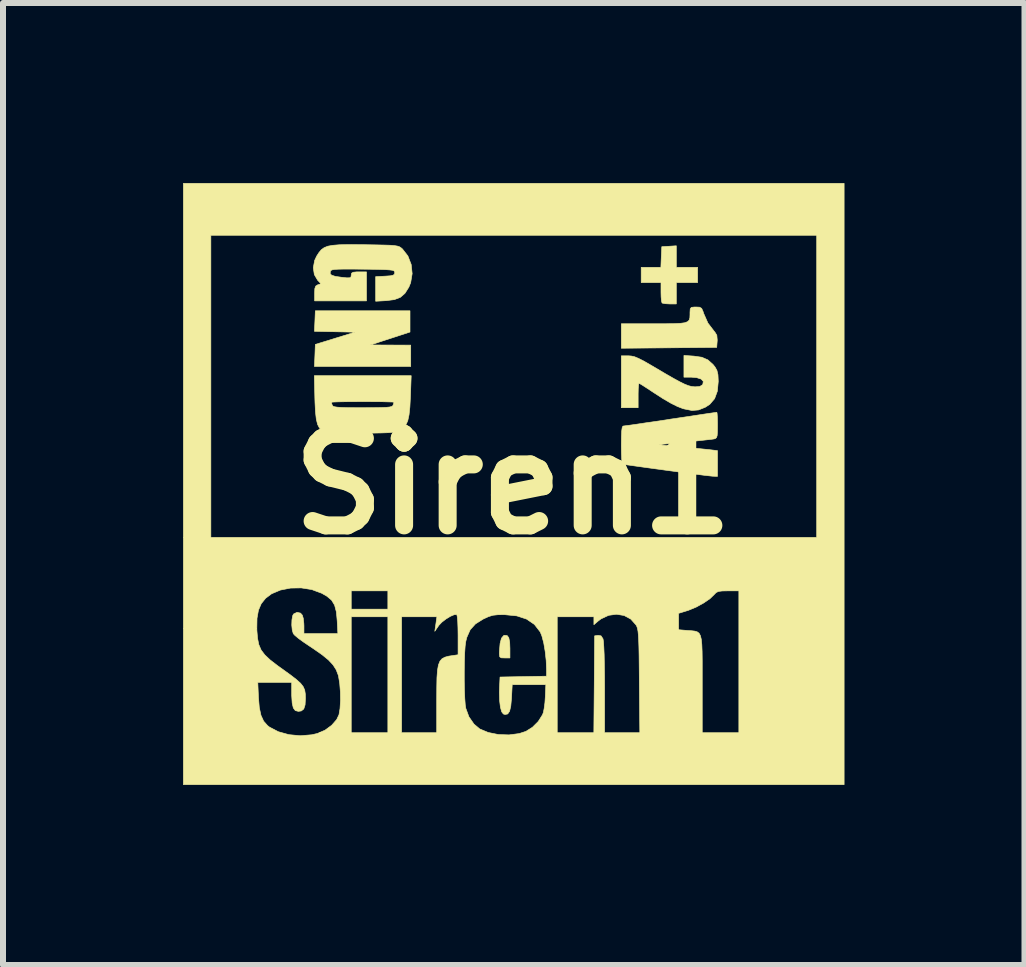
<source format=kicad_pcb>
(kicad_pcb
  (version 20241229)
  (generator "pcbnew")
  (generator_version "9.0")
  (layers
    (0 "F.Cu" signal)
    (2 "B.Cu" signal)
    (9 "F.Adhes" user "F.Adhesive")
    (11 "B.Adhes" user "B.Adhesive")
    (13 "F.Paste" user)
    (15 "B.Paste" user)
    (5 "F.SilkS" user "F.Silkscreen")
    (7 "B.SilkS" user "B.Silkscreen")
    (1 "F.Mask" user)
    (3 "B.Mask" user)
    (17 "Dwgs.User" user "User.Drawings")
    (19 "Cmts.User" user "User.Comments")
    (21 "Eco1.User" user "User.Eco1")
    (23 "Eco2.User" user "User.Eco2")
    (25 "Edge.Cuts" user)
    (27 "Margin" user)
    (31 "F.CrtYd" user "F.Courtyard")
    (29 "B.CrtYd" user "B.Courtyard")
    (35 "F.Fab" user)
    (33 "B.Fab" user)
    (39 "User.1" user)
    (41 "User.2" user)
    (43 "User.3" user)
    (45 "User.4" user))
  (footprint "Siren1"
    (layer "F.Cu")
    (at 5.497 5.014)
    (property "Reference" "Siren1" (at 0 0 0) (layer "F.SilkS") (effects (font (size 1.524 1.524) (thickness 0.3))))
    (attr through_hole)
    (fp_poly (pts (xy -0.098 2.525) (xy -0.07 2.561) (xy -0.055 2.635) (xy -0.051 2.74) (xy -0.051 2.898) (xy -0.14 2.898) (xy -0.196 2.896) (xy -0.221 2.879) (xy -0.227 2.832) (xy -0.226 2.79) (xy -0.215 2.656) (xy -0.192 2.569) (xy -0.156 2.526) (xy -0.143 2.521) (xy -0.098 2.525)) (stroke (width 0.01) (type solid)) (fill yes) (layer "F.SilkS"))
    (fp_poly (pts (xy -1.716 -2.532) (xy -2.047 -2.424) (xy -2.377 -2.317) (xy -2.04 -2.315) (xy -1.704 -2.314) (xy -1.704 -1.958) (xy -3.308 -1.958) (xy -3.3 -2.142) (xy -3.293 -2.326) (xy -3.153 -2.369) (xy -3.055 -2.399) (xy -2.936 -2.436) (xy -2.822 -2.471) (xy -2.632 -2.53) (xy -2.97 -2.537) (xy -3.308 -2.544) (xy -3.3 -2.715) (xy -3.293 -2.886) (xy -1.716 -2.886) (xy -1.716 -2.532)) (stroke (width 0.01) (type solid)) (fill yes) (layer "F.SilkS"))
    (fp_poly (pts (xy 2.721 -3.61) (xy 3.076 -3.61) (xy 3.076 -3.356) (xy 2.721 -3.356) (xy 2.721 -3) (xy 2.61 -3) (xy 2.539 -3.004) (xy 2.491 -3.013) (xy 2.483 -3.017) (xy 2.474 -3.05) (xy 2.468 -3.118) (xy 2.466 -3.195) (xy 2.466 -3.356) (xy 2.136 -3.356) (xy 2.136 -3.61) (xy 2.464 -3.61) (xy 2.471 -3.782) (xy 2.479 -3.954) (xy 2.6 -3.961) (xy 2.721 -3.969) (xy 2.721 -3.61)) (stroke (width 0.01) (type solid)) (fill yes) (layer "F.SilkS"))
    (fp_poly (pts (xy 3.109 -2.946) (xy 3.143 -2.926) (xy 3.166 -2.876) (xy 3.177 -2.841) (xy 3.248 -2.681) (xy 3.354 -2.542) (xy 3.362 -2.534) (xy 3.396 -2.479) (xy 3.403 -2.398) (xy 3.402 -2.381) (xy 3.394 -2.276) (xy 2.6 -2.269) (xy 1.805 -2.262) (xy 1.805 -2.67) (xy 2.351 -2.67) (xy 2.54 -2.67) (xy 2.685 -2.672) (xy 2.79 -2.677) (xy 2.863 -2.687) (xy 2.91 -2.705) (xy 2.936 -2.732) (xy 2.947 -2.771) (xy 2.949 -2.822) (xy 2.949 -2.859) (xy 2.953 -2.918) (xy 2.972 -2.943) (xy 3.023 -2.949) (xy 3.047 -2.949) (xy 3.109 -2.946)) (stroke (width 0.01) (type solid)) (fill yes) (layer "F.SilkS"))
    (fp_poly (pts (xy 3.013 -2.131) (xy 3.146 -2.112) (xy 3.247 -2.068) (xy 3.332 -1.992) (xy 3.367 -1.948) (xy 3.398 -1.892) (xy 3.415 -1.82) (xy 3.42 -1.714) (xy 3.42 -1.708) (xy 3.405 -1.547) (xy 3.359 -1.422) (xy 3.278 -1.327) (xy 3.204 -1.279) (xy 3.092 -1.234) (xy 2.981 -1.225) (xy 2.851 -1.251) (xy 2.829 -1.257) (xy 2.737 -1.293) (xy 2.629 -1.347) (xy 2.497 -1.424) (xy 2.335 -1.529) (xy 2.296 -1.555) (xy 2.212 -1.61) (xy 2.145 -1.653) (xy 2.105 -1.676) (xy 2.099 -1.678) (xy 2.092 -1.655) (xy 2.087 -1.592) (xy 2.085 -1.503) (xy 2.085 -1.475) (xy 2.085 -1.271) (xy 1.805 -1.271) (xy 1.805 -2.136) (xy 1.921 -2.136) (xy 1.973 -2.132) (xy 2.026 -2.12) (xy 2.091 -2.093) (xy 2.176 -2.05) (xy 2.289 -1.985) (xy 2.373 -1.936) (xy 2.542 -1.836) (xy 2.676 -1.759) (xy 2.779 -1.703) (xy 2.858 -1.664) (xy 2.921 -1.639) (xy 2.974 -1.625) (xy 3.023 -1.62) (xy 3.031 -1.619) (xy 3.11 -1.624) (xy 3.156 -1.652) (xy 3.162 -1.66) (xy 3.171 -1.709) (xy 3.135 -1.748) (xy 3.061 -1.772) (xy 2.97 -1.78) (xy 2.848 -1.78) (xy 2.848 -2.142) (xy 3.013 -2.131)) (stroke (width 0.01) (type solid)) (fill yes) (layer "F.SilkS"))
    (fp_poly (pts (xy -1.709 -1.455) (xy -1.718 -1.282) (xy -1.732 -1.152) (xy -1.753 -1.055) (xy -1.784 -0.985) (xy -1.828 -0.932) (xy -1.874 -0.896) (xy -1.903 -0.881) (xy -1.942 -0.87) (xy -1.998 -0.861) (xy -2.078 -0.855) (xy -2.189 -0.851) (xy -2.338 -0.848) (xy -2.49 -0.847) (xy -2.658 -0.846) (xy -2.812 -0.848) (xy -2.945 -0.852) (xy -3.047 -0.857) (xy -3.111 -0.864) (xy -3.121 -0.867) (xy -3.179 -0.891) (xy -3.224 -0.931) (xy -3.255 -0.991) (xy -3.277 -1.079) (xy -3.291 -1.203) (xy -3.299 -1.362) (xy -3.026 -1.362) (xy -3.018 -1.332) (xy -3.01 -1.311) (xy -2.999 -1.297) (xy -2.973 -1.287) (xy -2.926 -1.28) (xy -2.851 -1.275) (xy -2.742 -1.272) (xy -2.591 -1.271) (xy -2.504 -1.271) (xy -2.332 -1.272) (xy -2.204 -1.274) (xy -2.114 -1.277) (xy -2.055 -1.283) (xy -2.02 -1.292) (xy -2.003 -1.304) (xy -1.999 -1.311) (xy -1.985 -1.352) (xy -1.983 -1.362) (xy -2.007 -1.366) (xy -2.075 -1.368) (xy -2.178 -1.371) (xy -2.31 -1.372) (xy -2.462 -1.373) (xy -2.504 -1.373) (xy -2.661 -1.372) (xy -2.799 -1.371) (xy -2.91 -1.369) (xy -2.988 -1.366) (xy -3.024 -1.363) (xy -3.026 -1.362) (xy -3.299 -1.362) (xy -3.299 -1.367) (xy -3.301 -1.43) (xy -3.31 -1.805) (xy -1.696 -1.805) (xy -1.709 -1.455)) (stroke (width 0.01) (type solid)) (fill yes) (layer "F.SilkS"))
    (fp_poly (pts (xy 3.401 -1.172) (xy 3.405 -1.109) (xy 3.407 -1.019) (xy 3.407 -0.979) (xy 3.406 -0.874) (xy 3.402 -0.809) (xy 3.391 -0.774) (xy 3.371 -0.757) (xy 3.35 -0.751) (xy 3.309 -0.745) (xy 3.229 -0.736) (xy 3.119 -0.724) (xy 2.99 -0.71) (xy 2.852 -0.696) (xy 2.717 -0.683) (xy 2.594 -0.672) (xy 2.495 -0.663) (xy 2.43 -0.658) (xy 2.435 -0.655) (xy 2.484 -0.648) (xy 2.569 -0.639) (xy 2.683 -0.628) (xy 2.759 -0.621) (xy 2.905 -0.608) (xy 3.046 -0.595) (xy 3.166 -0.583) (xy 3.254 -0.574) (xy 3.274 -0.572) (xy 3.407 -0.556) (xy 3.407 -0.127) (xy 3.324 -0.13) (xy 3.278 -0.135) (xy 3.188 -0.145) (xy 3.064 -0.161) (xy 2.911 -0.18) (xy 2.737 -0.204) (xy 2.551 -0.229) (xy 2.543 -0.23) (xy 2.36 -0.255) (xy 2.193 -0.278) (xy 2.05 -0.298) (xy 1.936 -0.314) (xy 1.859 -0.324) (xy 1.825 -0.329) (xy 1.824 -0.329) (xy 1.817 -0.353) (xy 1.811 -0.419) (xy 1.807 -0.516) (xy 1.805 -0.635) (xy 1.805 -0.648) (xy 1.807 -0.788) (xy 1.811 -0.883) (xy 1.819 -0.939) (xy 1.831 -0.964) (xy 1.838 -0.966) (xy 1.87 -0.97) (xy 1.947 -0.98) (xy 2.06 -0.996) (xy 2.205 -1.018) (xy 2.374 -1.042) (xy 2.56 -1.07) (xy 2.627 -1.081) (xy 2.817 -1.109) (xy 2.99 -1.135) (xy 3.141 -1.158) (xy 3.262 -1.176) (xy 3.347 -1.188) (xy 3.391 -1.194) (xy 3.396 -1.195) (xy 3.401 -1.172)) (stroke (width 0.01) (type solid)) (fill yes) (layer "F.SilkS"))
    (fp_poly (pts (xy -2.559 -3.988) (xy -2.468 -3.987) (xy -2.286 -3.984) (xy -2.148 -3.981) (xy -2.046 -3.978) (xy -1.975 -3.972) (xy -1.926 -3.964) (xy -1.892 -3.953) (xy -1.867 -3.937) (xy -1.843 -3.917) (xy -1.842 -3.916) (xy -1.751 -3.799) (xy -1.696 -3.657) (xy -1.68 -3.505) (xy -1.705 -3.354) (xy -1.735 -3.28) (xy -1.8 -3.177) (xy -1.877 -3.11) (xy -1.977 -3.072) (xy -2.111 -3.055) (xy -2.288 -3.045) (xy -2.288 -3.455) (xy -2.129 -3.463) (xy -2.042 -3.469) (xy -1.994 -3.48) (xy -1.974 -3.499) (xy -1.97 -3.521) (xy -1.973 -3.538) (xy -1.983 -3.551) (xy -2.008 -3.561) (xy -2.055 -3.567) (xy -2.129 -3.572) (xy -2.238 -3.575) (xy -2.387 -3.578) (xy -2.499 -3.579) (xy -2.677 -3.581) (xy -2.812 -3.581) (xy -2.908 -3.579) (xy -2.973 -3.575) (xy -3.013 -3.568) (xy -3.034 -3.557) (xy -3.042 -3.546) (xy -3.047 -3.506) (xy -3.022 -3.479) (xy -2.959 -3.459) (xy -2.854 -3.444) (xy -2.768 -3.435) (xy -2.72 -3.436) (xy -2.7 -3.448) (xy -2.695 -3.476) (xy -2.695 -3.48) (xy -2.689 -3.512) (xy -2.663 -3.528) (xy -2.605 -3.534) (xy -2.568 -3.534) (xy -2.441 -3.534) (xy -2.441 -3.051) (xy -3.305 -3.051) (xy -3.305 -3.176) (xy -3.302 -3.255) (xy -3.287 -3.297) (xy -3.257 -3.317) (xy -3.252 -3.319) (xy -3.199 -3.336) (xy -3.255 -3.395) (xy -3.31 -3.489) (xy -3.327 -3.603) (xy -3.305 -3.724) (xy -3.271 -3.797) (xy -3.233 -3.856) (xy -3.194 -3.903) (xy -3.147 -3.937) (xy -3.086 -3.962) (xy -3.003 -3.977) (xy -2.892 -3.986) (xy -2.746 -3.989) (xy -2.559 -3.988)) (stroke (width 0.01) (type solid)) (fill yes) (layer "F.SilkS"))
    (fp_poly (pts (xy 5.517 5.009) (xy -5.492 5.009) (xy -5.492 2.406) (xy -4.268 2.406) (xy -4.267 2.441) (xy -4.256 2.571) (xy -4.235 2.676) (xy -4.197 2.765) (xy -4.135 2.847) (xy -4.045 2.932) (xy -3.919 3.029) (xy -3.846 3.081) (xy -3.709 3.18) (xy -3.609 3.257) (xy -3.539 3.32) (xy -3.495 3.377) (xy -3.47 3.434) (xy -3.46 3.499) (xy -3.458 3.571) (xy -3.464 3.68) (xy -3.486 3.748) (xy -3.527 3.781) (xy -3.576 3.788) (xy -3.627 3.775) (xy -3.66 3.731) (xy -3.679 3.65) (xy -3.687 3.526) (xy -3.687 3.498) (xy -3.687 3.305) (xy -4.252 3.305) (xy -4.241 3.553) (xy -4.227 3.724) (xy -4.199 3.854) (xy -4.154 3.952) (xy -4.088 4.026) (xy -4.059 4.049) (xy -3.91 4.127) (xy -3.734 4.176) (xy -3.543 4.194) (xy -3.353 4.178) (xy -3.258 4.156) (xy -3.131 4.101) (xy -3.021 4.02) (xy -2.938 3.925) (xy -2.899 3.843) (xy -2.882 3.742) (xy -2.874 3.609) (xy -2.876 3.463) (xy -2.887 3.323) (xy -2.906 3.207) (xy -2.912 3.183) (xy -2.946 3.095) (xy -2.998 3.014) (xy -3.073 2.933) (xy -3.179 2.846) (xy -3.322 2.746) (xy -3.385 2.704) (xy -3.486 2.636) (xy -3.573 2.573) (xy -3.634 2.522) (xy -3.66 2.494) (xy -3.678 2.433) (xy -3.686 2.35) (xy -3.683 2.264) (xy -3.671 2.195) (xy -3.656 2.166) (xy -3.598 2.138) (xy -3.54 2.151) (xy -3.51 2.185) (xy -3.494 2.239) (xy -3.485 2.32) (xy -3.483 2.363) (xy -3.483 2.492) (xy -2.918 2.492) (xy -2.929 2.28) (xy -2.935 2.212) (xy -2.695 2.212) (xy -2.695 4.144) (xy -2.085 4.144) (xy -2.085 2.212) (xy -1.856 2.212) (xy -1.856 4.144) (xy -1.271 4.144) (xy -1.271 3.596) (xy -1.27 3.389) (xy -1.267 3.227) (xy -1.259 3.119) (xy -0.812 3.119) (xy -0.812 3.283) (xy -0.809 3.439) (xy -0.803 3.576) (xy -0.795 3.683) (xy -0.786 3.738) (xy -0.734 3.879) (xy -0.65 4) (xy -0.554 4.081) (xy -0.412 4.14) (xy -0.244 4.174) (xy -0.067 4.18) (xy 0.103 4.158) (xy 0.216 4.121) (xy 0.324 4.053) (xy 0.421 3.956) (xy 0.49 3.847) (xy 0.505 3.81) (xy 0.519 3.741) (xy 0.532 3.643) (xy 0.539 3.536) (xy 0.539 3.534) (xy 0.547 3.343) (xy -0.013 3.343) (xy -0.025 3.57) (xy -0.037 3.701) (xy -0.057 3.786) (xy -0.088 3.831) (xy -0.131 3.84) (xy -0.16 3.832) (xy -0.188 3.796) (xy -0.21 3.718) (xy -0.223 3.607) (xy -0.227 3.471) (xy -0.224 3.382) (xy -0.216 3.216) (xy 0.559 3.202) (xy 0.559 3.095) (xy 0.553 2.942) (xy 0.536 2.788) (xy 0.512 2.647) (xy 0.481 2.531) (xy 0.454 2.465) (xy 0.357 2.34) (xy 0.227 2.251) (xy 0.109 2.212) (xy 0.737 2.212) (xy 0.737 4.144) (xy 1.347 4.144) (xy 1.354 3.337) (xy 1.36 2.53) (xy 1.417 2.522) (xy 1.467 2.53) (xy 1.5 2.58) (xy 1.5 2.581) (xy 1.507 2.625) (xy 1.513 2.714) (xy 1.519 2.843) (xy 1.522 3.006) (xy 1.525 3.197) (xy 1.526 3.396) (xy 1.526 4.144) (xy 2.113 4.144) (xy 2.105 3.286) (xy 2.103 3.053) (xy 2.101 2.864) (xy 2.098 2.716) (xy 2.094 2.602) (xy 2.089 2.517) (xy 2.083 2.455) (xy 2.075 2.41) (xy 2.065 2.378) (xy 2.052 2.353) (xy 2.05 2.349) (xy 1.963 2.251) (xy 1.852 2.191) (xy 1.725 2.17) (xy 1.593 2.188) (xy 1.467 2.247) (xy 1.423 2.28) (xy 1.348 2.344) (xy 1.348 2.212) (xy 0.737 2.212) (xy 0.109 2.212) (xy 0.062 2.197) (xy -0.139 2.177) (xy -0.14 2.177) (xy -0.252 2.178) (xy -0.335 2.187) (xy -0.409 2.21) (xy -0.496 2.25) (xy -0.625 2.331) (xy -0.713 2.428) (xy -0.769 2.554) (xy -0.786 2.621) (xy -0.797 2.699) (xy -0.805 2.816) (xy -0.81 2.96) (xy -0.812 3.119) (xy -1.259 3.119) (xy -1.258 3.104) (xy -1.242 3.014) (xy -1.217 2.952) (xy -1.182 2.911) (xy -1.133 2.885) (xy -1.07 2.868) (xy -1.023 2.861) (xy -0.915 2.845) (xy -0.915 2.517) (xy -0.917 2.393) (xy -0.921 2.289) (xy -0.928 2.213) (xy -0.936 2.178) (xy -0.937 2.176) (xy -0.978 2.177) (xy -1.042 2.204) (xy -1.116 2.249) (xy -1.186 2.303) (xy -1.238 2.358) (xy -1.242 2.365) (xy -1.303 2.454) (xy -1.285 2.333) (xy -1.268 2.212) (xy -1.856 2.212) (xy -2.085 2.212) (xy -2.695 2.212) (xy -2.935 2.212) (xy -2.941 2.155) (xy 2.759 2.155) (xy 2.759 2.428) (xy 2.914 2.441) (xy 2.978 2.445) (xy 3.029 2.451) (xy 3.069 2.463) (xy 3.1 2.486) (xy 3.122 2.526) (xy 3.137 2.586) (xy 3.146 2.674) (xy 3.151 2.793) (xy 3.153 2.948) (xy 3.153 3.145) (xy 3.153 3.334) (xy 3.153 4.144) (xy 3.763 4.144) (xy 3.763 1.78) (xy 3.582 1.78) (xy 3.485 1.782) (xy 3.423 1.79) (xy 3.384 1.809) (xy 3.354 1.84) (xy 3.281 1.911) (xy 3.174 1.984) (xy 3.05 2.052) (xy 2.924 2.104) (xy 2.905 2.11) (xy 2.759 2.155) (xy -2.941 2.155) (xy -2.943 2.13) (xy -2.972 2.019) (xy -3.022 1.936) (xy -3.1 1.87) (xy -3.187 1.82) (xy -3.296 1.78) (xy -2.695 1.78) (xy -2.695 2.085) (xy -2.085 2.085) (xy -2.085 1.78) (xy -2.695 1.78) (xy -3.296 1.78) (xy -3.351 1.759) (xy -3.528 1.731) (xy -3.707 1.734) (xy -3.875 1.767) (xy -4.022 1.829) (xy -4.122 1.904) (xy -4.195 1.995) (xy -4.241 2.103) (xy -4.265 2.237) (xy -4.268 2.406) (xy -5.492 2.406) (xy -5.492 -4.144) (xy -5.034 -4.144) (xy -5.034 0.89) (xy 5.06 0.89) (xy 5.06 -4.144) (xy -5.034 -4.144) (xy -5.492 -4.144) (xy -5.492 -5.009) (xy 5.517 -5.009) (xy 5.517 5.009)) (stroke (width 0.01) (type solid)) (fill yes) (layer "F.SilkS")))
  (gr_rect
    (start -3 -3)
    (end 14.019 13.028)
    (stroke (width 0.1) (type default))
    (fill no)
    (layer "Edge.Cuts")))
</source>
